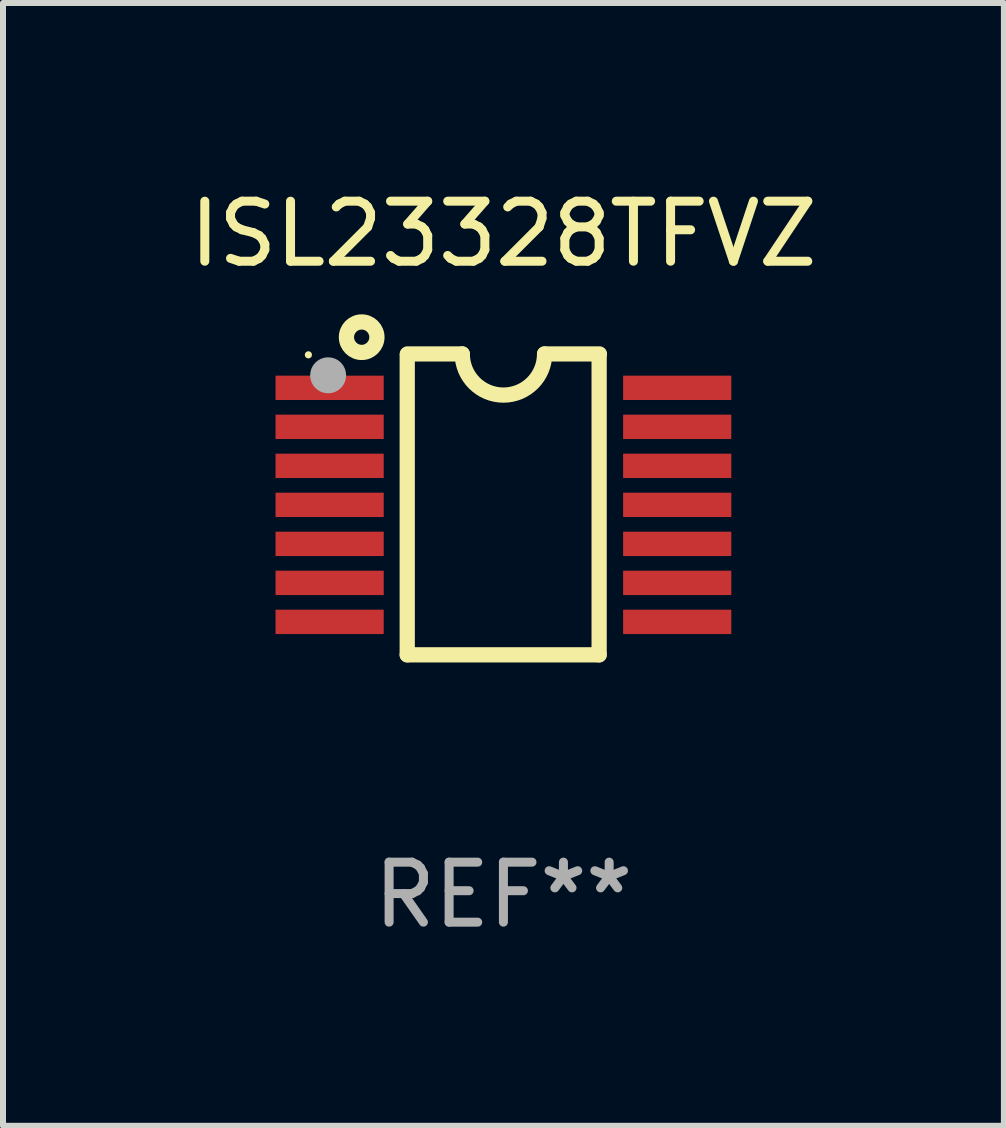
<source format=kicad_pcb>
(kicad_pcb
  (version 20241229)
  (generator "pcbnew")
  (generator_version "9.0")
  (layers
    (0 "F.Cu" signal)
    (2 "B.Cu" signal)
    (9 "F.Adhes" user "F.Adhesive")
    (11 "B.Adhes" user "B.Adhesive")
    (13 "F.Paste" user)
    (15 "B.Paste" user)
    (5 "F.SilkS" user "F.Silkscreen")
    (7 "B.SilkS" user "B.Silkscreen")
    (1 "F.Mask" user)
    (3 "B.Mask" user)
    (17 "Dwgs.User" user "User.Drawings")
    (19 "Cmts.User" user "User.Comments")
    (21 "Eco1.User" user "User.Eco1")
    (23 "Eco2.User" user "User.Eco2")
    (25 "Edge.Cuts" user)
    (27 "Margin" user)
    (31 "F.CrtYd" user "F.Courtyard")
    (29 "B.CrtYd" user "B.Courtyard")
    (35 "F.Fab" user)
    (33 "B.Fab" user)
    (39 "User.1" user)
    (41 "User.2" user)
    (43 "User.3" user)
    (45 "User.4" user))
  (footprint "ISL23328TFVZ"
    (layer "F.Cu")
    (at 5.339 5.355)
    (property "Reference" "ISL23328TFVZ" (at 0 -4.507 0) (layer "F.SilkS") (effects (font (size 1 1) (thickness 0.15))))
    (attr through_hole)
    (fp_line (start -1.603 2.507) (end -1.603 -2.494) (stroke (width 0.254) (type solid)) (layer "F.SilkS"))
    (fp_line (start -1.603 2.507) (end 1.595 2.507) (stroke (width 0.254) (type solid)) (layer "F.SilkS"))
    (fp_line (start -1.6 -2.507) (end -0.686 -2.507) (stroke (width 0.254) (type solid)) (layer "F.SilkS"))
    (fp_line (start 0.686 -2.507) (end 1.6 -2.507) (stroke (width 0.254) (type solid)) (layer "F.SilkS"))
    (fp_line (start 1.595 2.507) (end 1.595 -2.494) (stroke (width 0.254) (type solid)) (layer "F.SilkS"))
    (fp_arc (start 0.685852 -2.506998) (mid 0.000051 -1.821197) (end -0.68575 -2.506998) (stroke (width 0.254001) (type solid)) (layer "F.SilkS"))
    (fp_circle (center -3.25 -2.492) (end -3.22 -2.492) (stroke (width 0.06) (type solid)) (fill no) (layer "F.SilkS"))
    (fp_circle (center -2.362 -2.786) (end -2.108 -2.786) (stroke (width 0.254) (type solid)) (fill no) (layer "F.SilkS"))
    (fp_circle (center -2.921 -2.151) (end -2.771 -2.151) (stroke (width 0.3) (type solid)) (fill no) (layer "F.Fab"))
    (fp_text user "REF**" (at 0 6.507 0) (layer "F.Fab") (effects (font (size 1 1) (thickness 0.15))))
    (pad "1" smd rect (at -2.896 -1.942) (size 1.803 0.406) (layers "F.Cu" "F.Mask" "F.Paste"))
    (pad "2" smd rect (at -2.896 -1.292) (size 1.803 0.406) (layers "F.Cu" "F.Mask" "F.Paste"))
    (pad "3" smd rect (at -2.896 -0.642) (size 1.803 0.406) (layers "F.Cu" "F.Mask" "F.Paste"))
    (pad "4" smd rect (at -2.896 0.008) (size 1.803 0.406) (layers "F.Cu" "F.Mask" "F.Paste"))
    (pad "5" smd rect (at -2.896 0.658) (size 1.803 0.406) (layers "F.Cu" "F.Mask" "F.Paste"))
    (pad "6" smd rect (at -2.896 1.308) (size 1.803 0.406) (layers "F.Cu" "F.Mask" "F.Paste"))
    (pad "7" smd rect (at -2.896 1.958) (size 1.803 0.406) (layers "F.Cu" "F.Mask" "F.Paste"))
    (pad "8" smd rect (at 2.896 1.958) (size 1.803 0.406) (layers "F.Cu" "F.Mask" "F.Paste"))
    (pad "9" smd rect (at 2.896 1.308) (size 1.803 0.406) (layers "F.Cu" "F.Mask" "F.Paste"))
    (pad "10" smd rect (at 2.896 0.658) (size 1.803 0.406) (layers "F.Cu" "F.Mask" "F.Paste"))
    (pad "11" smd rect (at 2.896 0.008) (size 1.803 0.406) (layers "F.Cu" "F.Mask" "F.Paste"))
    (pad "12" smd rect (at 2.896 -0.642) (size 1.803 0.406) (layers "F.Cu" "F.Mask" "F.Paste"))
    (pad "13" smd rect (at 2.896 -1.292) (size 1.803 0.406) (layers "F.Cu" "F.Mask" "F.Paste"))
    (pad "14" smd rect (at 2.896 -1.942) (size 1.803 0.406) (layers "F.Cu" "F.Mask" "F.Paste")))
  (gr_rect
    (start -3 -3)
    (end 13.679 15.71)
    (stroke (width 0.1) (type default))
    (fill no)
    (layer "Edge.Cuts")))
</source>
